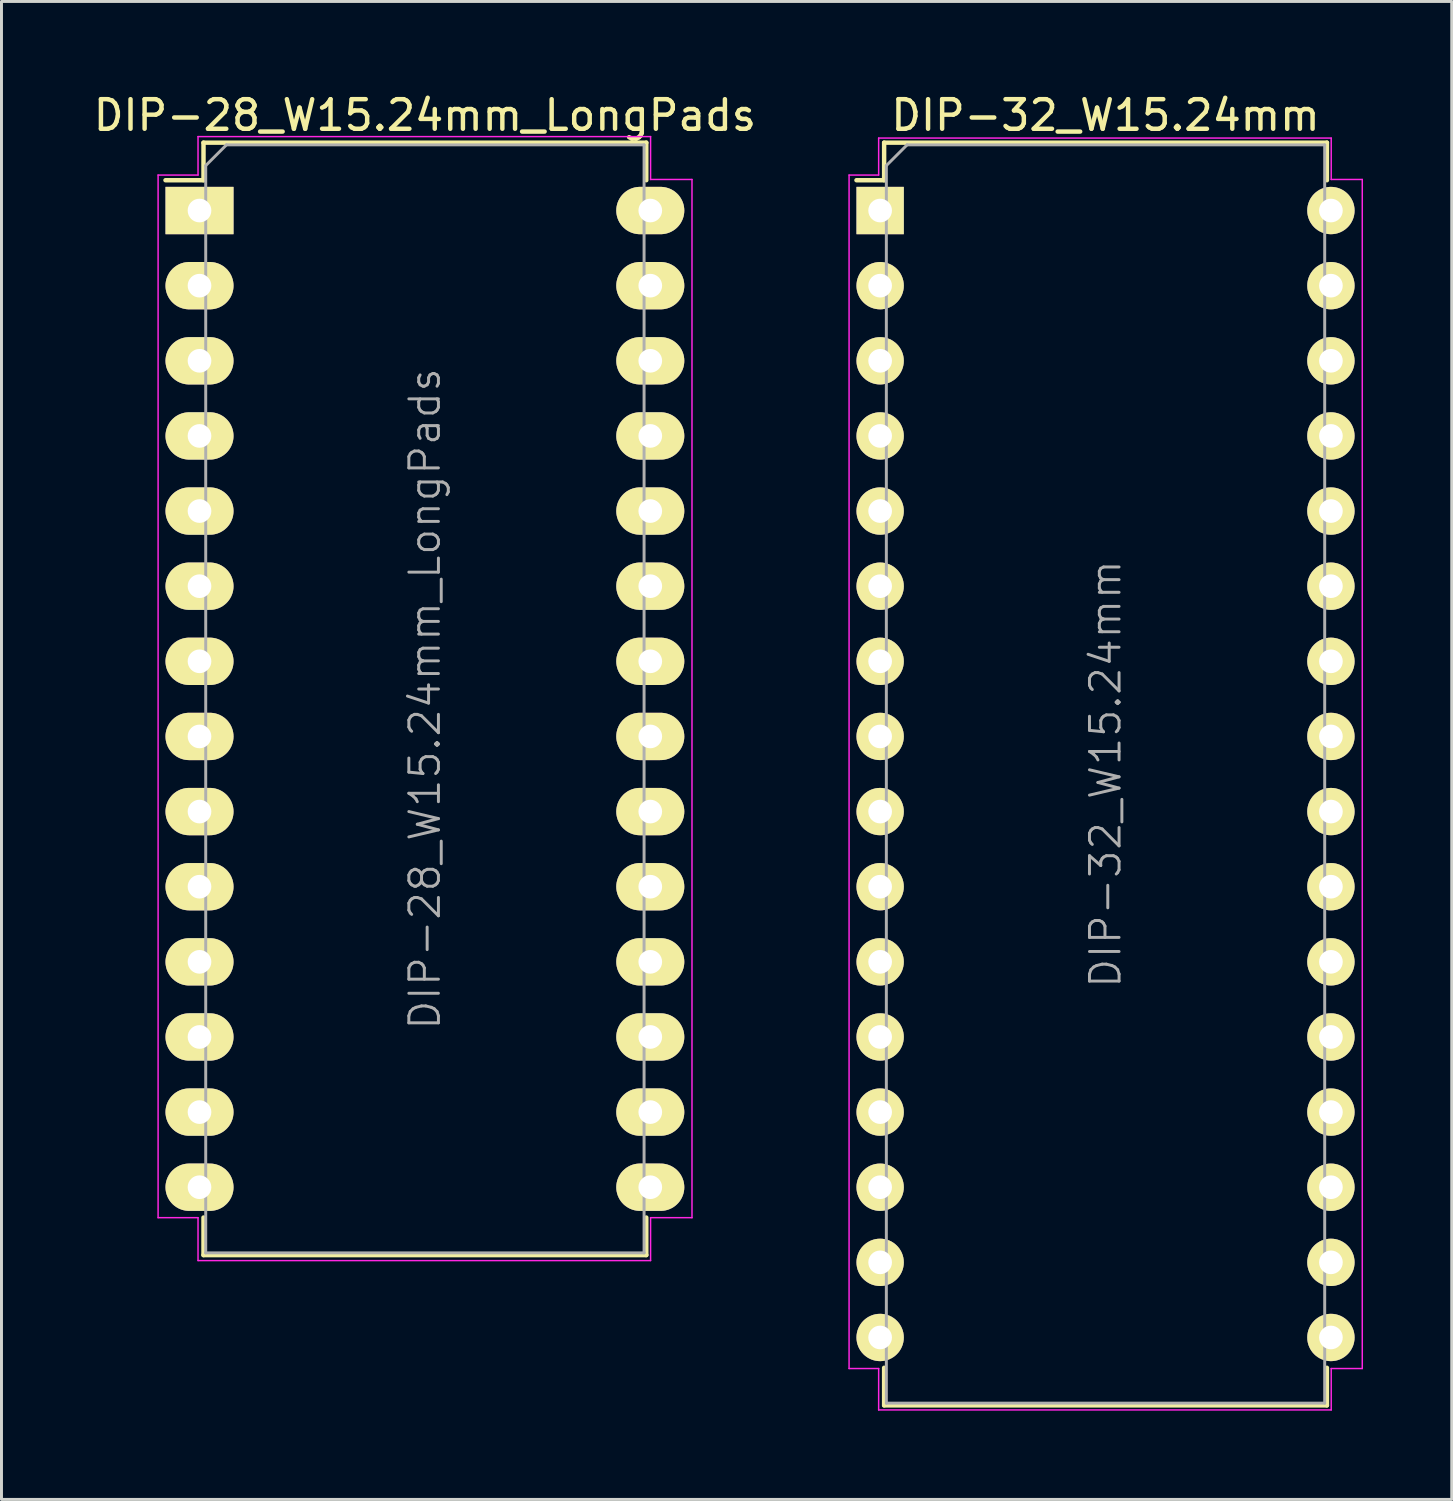
<source format=kicad_pcb>
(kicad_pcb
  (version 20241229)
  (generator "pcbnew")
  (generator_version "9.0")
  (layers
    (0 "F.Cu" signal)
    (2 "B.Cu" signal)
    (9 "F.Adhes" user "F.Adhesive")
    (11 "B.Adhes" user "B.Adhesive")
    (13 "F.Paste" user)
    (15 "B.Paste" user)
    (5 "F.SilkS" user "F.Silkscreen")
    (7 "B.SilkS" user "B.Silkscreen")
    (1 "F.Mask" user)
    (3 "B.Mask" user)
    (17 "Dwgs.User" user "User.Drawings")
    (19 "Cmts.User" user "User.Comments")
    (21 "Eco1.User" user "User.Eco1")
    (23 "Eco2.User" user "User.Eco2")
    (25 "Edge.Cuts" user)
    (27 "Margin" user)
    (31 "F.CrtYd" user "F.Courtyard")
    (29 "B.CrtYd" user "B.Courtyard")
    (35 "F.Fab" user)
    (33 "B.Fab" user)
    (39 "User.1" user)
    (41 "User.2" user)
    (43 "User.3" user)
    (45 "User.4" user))
  (footprint "DIP-32_W15.24mm"
    (layer "F.Cu")
    (at 26.706 4.068)
    (property "Reference" "DIP-32_W15.24mm" (at 7.62 -3.22 0) (layer "F.SilkS") (effects (font (size 1 1) (thickness 0.15))))
    (attr smd)
    (fp_line (start 0.135 -2.295) (end 0.135 -1.025) (stroke (width 0.15) (type solid)) (layer "F.SilkS"))
    (fp_line (start 0.135 -2.295) (end 15.105 -2.295) (stroke (width 0.15) (type solid)) (layer "F.SilkS"))
    (fp_line (start 0.135 -1.025) (end -0.8 -1.025) (stroke (width 0.15) (type solid)) (layer "F.SilkS"))
    (fp_line (start 0.135 40.395) (end 0.135 39.125) (stroke (width 0.15) (type solid)) (layer "F.SilkS"))
    (fp_line (start 0.135 40.395) (end 15.105 40.395) (stroke (width 0.15) (type solid)) (layer "F.SilkS"))
    (fp_line (start 15.105 -2.295) (end 15.105 -1.025) (stroke (width 0.15) (type solid)) (layer "F.SilkS"))
    (fp_line (start 15.105 40.395) (end 15.105 39.125) (stroke (width 0.15) (type solid)) (layer "F.SilkS"))
    (fp_line (start -1.05 -1.2) (end -1.05 39.15) (stroke (width 0.05) (type solid)) (layer "F.CrtYd"))
    (fp_line (start -1.05 -1.2) (end -0.05 -1.2) (stroke (width 0.05) (type solid)) (layer "F.CrtYd"))
    (fp_line (start -1.05 39.15) (end -0.05 39.15) (stroke (width 0.05) (type solid)) (layer "F.CrtYd"))
    (fp_line (start -0.05 -2.45) (end -0.05 -1.2) (stroke (width 0.05) (type solid)) (layer "F.CrtYd"))
    (fp_line (start -0.05 40.55) (end -0.05 39.15) (stroke (width 0.05) (type solid)) (layer "F.CrtYd"))
    (fp_line (start 15.25 -2.45) (end -0.05 -2.45) (stroke (width 0.05) (type solid)) (layer "F.CrtYd"))
    (fp_line (start 15.25 -2.45) (end 15.25 -1.05) (stroke (width 0.05) (type solid)) (layer "F.CrtYd"))
    (fp_line (start 15.25 40.55) (end -0.05 40.55) (stroke (width 0.05) (type solid)) (layer "F.CrtYd"))
    (fp_line (start 15.25 40.55) (end 15.25 39.15) (stroke (width 0.05) (type solid)) (layer "F.CrtYd"))
    (fp_line (start 16.3 -1.05) (end 15.25 -1.05) (stroke (width 0.05) (type solid)) (layer "F.CrtYd"))
    (fp_line (start 16.3 -1.05) (end 16.3 39.15) (stroke (width 0.05) (type solid)) (layer "F.CrtYd"))
    (fp_line (start 16.3 39.15) (end 15.25 39.15) (stroke (width 0.05) (type solid)) (layer "F.CrtYd"))
    (fp_line (start 0.21 -1.52) (end 0.91 -2.22) (stroke (width 0.1) (type solid)) (layer "F.Fab"))
    (fp_line (start 0.21 40.32) (end 0.21 -1.52) (stroke (width 0.1) (type solid)) (layer "F.Fab"))
    (fp_line (start 15.03 -2.22) (end 0.91 -2.22) (stroke (width 0.1) (type solid)) (layer "F.Fab"))
    (fp_line (start 15.03 40.32) (end 0.21 40.32) (stroke (width 0.1) (type solid)) (layer "F.Fab"))
    (fp_line (start 15.03 40.32) (end 15.03 -2.22) (stroke (width 0.1) (type solid)) (layer "F.Fab"))
    (fp_text user "${REFERENCE}" (at 7.62 19.05 90) (layer "F.Fab") (effects (font (size 1 1) (thickness 0.1))))
    (pad "1" thru_hole rect (at 0 0) (size 1.6 1.6) (drill 0.8) (layers "*.Cu" "*.Mask" "F.SilkS"))
    (pad "2" thru_hole oval (at 0 2.54) (size 1.6 1.6) (drill 0.8) (layers "*.Cu" "*.Mask" "F.SilkS"))
    (pad "3" thru_hole oval (at 0 5.08) (size 1.6 1.6) (drill 0.8) (layers "*.Cu" "*.Mask" "F.SilkS"))
    (pad "4" thru_hole oval (at 0 7.62) (size 1.6 1.6) (drill 0.8) (layers "*.Cu" "*.Mask" "F.SilkS"))
    (pad "5" thru_hole oval (at 0 10.16) (size 1.6 1.6) (drill 0.8) (layers "*.Cu" "*.Mask" "F.SilkS"))
    (pad "6" thru_hole oval (at 0 12.7) (size 1.6 1.6) (drill 0.8) (layers "*.Cu" "*.Mask" "F.SilkS"))
    (pad "7" thru_hole oval (at 0 15.24) (size 1.6 1.6) (drill 0.8) (layers "*.Cu" "*.Mask" "F.SilkS"))
    (pad "8" thru_hole oval (at 0 17.78) (size 1.6 1.6) (drill 0.8) (layers "*.Cu" "*.Mask" "F.SilkS"))
    (pad "9" thru_hole oval (at 0 20.32) (size 1.6 1.6) (drill 0.8) (layers "*.Cu" "*.Mask" "F.SilkS"))
    (pad "10" thru_hole oval (at 0 22.86) (size 1.6 1.6) (drill 0.8) (layers "*.Cu" "*.Mask" "F.SilkS"))
    (pad "11" thru_hole oval (at 0 25.4) (size 1.6 1.6) (drill 0.8) (layers "*.Cu" "*.Mask" "F.SilkS"))
    (pad "12" thru_hole oval (at 0 27.94) (size 1.6 1.6) (drill 0.8) (layers "*.Cu" "*.Mask" "F.SilkS"))
    (pad "13" thru_hole oval (at 0 30.48) (size 1.6 1.6) (drill 0.8) (layers "*.Cu" "*.Mask" "F.SilkS"))
    (pad "14" thru_hole oval (at 0 33.02) (size 1.6 1.6) (drill 0.8) (layers "*.Cu" "*.Mask" "F.SilkS"))
    (pad "15" thru_hole oval (at 0 35.56) (size 1.6 1.6) (drill 0.8) (layers "*.Cu" "*.Mask" "F.SilkS"))
    (pad "16" thru_hole oval (at 0 38.1) (size 1.6 1.6) (drill 0.8) (layers "*.Cu" "*.Mask" "F.SilkS"))
    (pad "17" thru_hole oval (at 15.24 38.1) (size 1.6 1.6) (drill 0.8) (layers "*.Cu" "*.Mask" "F.SilkS"))
    (pad "18" thru_hole oval (at 15.24 35.56) (size 1.6 1.6) (drill 0.8) (layers "*.Cu" "*.Mask" "F.SilkS"))
    (pad "19" thru_hole oval (at 15.24 33.02) (size 1.6 1.6) (drill 0.8) (layers "*.Cu" "*.Mask" "F.SilkS"))
    (pad "20" thru_hole oval (at 15.24 30.48) (size 1.6 1.6) (drill 0.8) (layers "*.Cu" "*.Mask" "F.SilkS"))
    (pad "21" thru_hole oval (at 15.24 27.94) (size 1.6 1.6) (drill 0.8) (layers "*.Cu" "*.Mask" "F.SilkS"))
    (pad "22" thru_hole oval (at 15.24 25.4) (size 1.6 1.6) (drill 0.8) (layers "*.Cu" "*.Mask" "F.SilkS"))
    (pad "23" thru_hole oval (at 15.24 22.86) (size 1.6 1.6) (drill 0.8) (layers "*.Cu" "*.Mask" "F.SilkS"))
    (pad "24" thru_hole oval (at 15.24 20.32) (size 1.6 1.6) (drill 0.8) (layers "*.Cu" "*.Mask" "F.SilkS"))
    (pad "25" thru_hole oval (at 15.24 17.78) (size 1.6 1.6) (drill 0.8) (layers "*.Cu" "*.Mask" "F.SilkS"))
    (pad "26" thru_hole oval (at 15.24 15.24) (size 1.6 1.6) (drill 0.8) (layers "*.Cu" "*.Mask" "F.SilkS"))
    (pad "27" thru_hole oval (at 15.24 12.7) (size 1.6 1.6) (drill 0.8) (layers "*.Cu" "*.Mask" "F.SilkS"))
    (pad "28" thru_hole oval (at 15.24 10.16) (size 1.6 1.6) (drill 0.8) (layers "*.Cu" "*.Mask" "F.SilkS"))
    (pad "29" thru_hole oval (at 15.24 7.62) (size 1.6 1.6) (drill 0.8) (layers "*.Cu" "*.Mask" "F.SilkS"))
    (pad "30" thru_hole oval (at 15.24 5.08) (size 1.6 1.6) (drill 0.8) (layers "*.Cu" "*.Mask" "F.SilkS"))
    (pad "31" thru_hole oval (at 15.24 2.54) (size 1.6 1.6) (drill 0.8) (layers "*.Cu" "*.Mask" "F.SilkS"))
    (pad "32" thru_hole oval (at 15.24 0) (size 1.6 1.6) (drill 0.8) (layers "*.Cu" "*.Mask" "F.SilkS")))
  (footprint "DIP-28_W15.24mm_LongPads"
    (layer "F.Cu")
    (at 3.695 4.068)
    (property "Reference" "DIP-28_W15.24mm_LongPads" (at 7.62 -3.22 0) (layer "F.SilkS") (effects (font (size 1 1) (thickness 0.15))))
    (attr smd)
    (fp_line (start 0.135 -2.295) (end 0.135 -1.025) (stroke (width 0.15) (type solid)) (layer "F.SilkS"))
    (fp_line (start 0.135 -2.295) (end 15.105 -2.295) (stroke (width 0.15) (type solid)) (layer "F.SilkS"))
    (fp_line (start 0.135 -1.025) (end -1.15 -1.025) (stroke (width 0.15) (type solid)) (layer "F.SilkS"))
    (fp_line (start 0.135 35.315) (end 0.135 34.045) (stroke (width 0.15) (type solid)) (layer "F.SilkS"))
    (fp_line (start 0.135 35.315) (end 15.105 35.315) (stroke (width 0.15) (type solid)) (layer "F.SilkS"))
    (fp_line (start 15.105 -2.295) (end 15.105 -1.025) (stroke (width 0.15) (type solid)) (layer "F.SilkS"))
    (fp_line (start 15.105 35.315) (end 15.105 34.045) (stroke (width 0.15) (type solid)) (layer "F.SilkS"))
    (fp_line (start -1.4 -1.2) (end -1.4 34.05) (stroke (width 0.05) (type solid)) (layer "F.CrtYd"))
    (fp_line (start -1.4 -1.2) (end -0.05 -1.2) (stroke (width 0.05) (type solid)) (layer "F.CrtYd"))
    (fp_line (start -1.4 34.05) (end -0.05 34.05) (stroke (width 0.05) (type solid)) (layer "F.CrtYd"))
    (fp_line (start -0.05 -2.5) (end -0.05 -1.2) (stroke (width 0.05) (type solid)) (layer "F.CrtYd"))
    (fp_line (start -0.05 35.5) (end -0.05 34.05) (stroke (width 0.05) (type solid)) (layer "F.CrtYd"))
    (fp_line (start 15.25 -2.5) (end -0.05 -2.5) (stroke (width 0.05) (type solid)) (layer "F.CrtYd"))
    (fp_line (start 15.25 -2.5) (end 15.25 -1.05) (stroke (width 0.05) (type solid)) (layer "F.CrtYd"))
    (fp_line (start 15.25 35.5) (end -0.05 35.5) (stroke (width 0.05) (type solid)) (layer "F.CrtYd"))
    (fp_line (start 15.25 35.5) (end 15.25 34.05) (stroke (width 0.05) (type solid)) (layer "F.CrtYd"))
    (fp_line (start 16.65 -1.05) (end 15.25 -1.05) (stroke (width 0.05) (type solid)) (layer "F.CrtYd"))
    (fp_line (start 16.65 -1.05) (end 16.65 34.05) (stroke (width 0.05) (type solid)) (layer "F.CrtYd"))
    (fp_line (start 16.65 34.05) (end 15.25 34.05) (stroke (width 0.05) (type solid)) (layer "F.CrtYd"))
    (fp_line (start 0.21 -1.52) (end 0.91 -2.22) (stroke (width 0.1) (type solid)) (layer "F.Fab"))
    (fp_line (start 0.21 35.24) (end 0.21 -1.52) (stroke (width 0.1) (type solid)) (layer "F.Fab"))
    (fp_line (start 15.03 -2.22) (end 0.91 -2.22) (stroke (width 0.1) (type solid)) (layer "F.Fab"))
    (fp_line (start 15.03 35.24) (end 0.21 35.24) (stroke (width 0.1) (type solid)) (layer "F.Fab"))
    (fp_line (start 15.03 35.24) (end 15.03 -2.22) (stroke (width 0.1) (type solid)) (layer "F.Fab"))
    (fp_text user "${REFERENCE}" (at 7.62 16.51 90) (layer "F.Fab") (effects (font (size 1 1) (thickness 0.1))))
    (pad "1" thru_hole rect (at 0 0) (size 2.3 1.6) (drill 0.8) (layers "*.Cu" "*.Mask" "F.SilkS"))
    (pad "2" thru_hole oval (at 0 2.54) (size 2.3 1.6) (drill 0.8) (layers "*.Cu" "*.Mask" "F.SilkS"))
    (pad "3" thru_hole oval (at 0 5.08) (size 2.3 1.6) (drill 0.8) (layers "*.Cu" "*.Mask" "F.SilkS"))
    (pad "4" thru_hole oval (at 0 7.62) (size 2.3 1.6) (drill 0.8) (layers "*.Cu" "*.Mask" "F.SilkS"))
    (pad "5" thru_hole oval (at 0 10.16) (size 2.3 1.6) (drill 0.8) (layers "*.Cu" "*.Mask" "F.SilkS"))
    (pad "6" thru_hole oval (at 0 12.7) (size 2.3 1.6) (drill 0.8) (layers "*.Cu" "*.Mask" "F.SilkS"))
    (pad "7" thru_hole oval (at 0 15.24) (size 2.3 1.6) (drill 0.8) (layers "*.Cu" "*.Mask" "F.SilkS"))
    (pad "8" thru_hole oval (at 0 17.78) (size 2.3 1.6) (drill 0.8) (layers "*.Cu" "*.Mask" "F.SilkS"))
    (pad "9" thru_hole oval (at 0 20.32) (size 2.3 1.6) (drill 0.8) (layers "*.Cu" "*.Mask" "F.SilkS"))
    (pad "10" thru_hole oval (at 0 22.86) (size 2.3 1.6) (drill 0.8) (layers "*.Cu" "*.Mask" "F.SilkS"))
    (pad "11" thru_hole oval (at 0 25.4) (size 2.3 1.6) (drill 0.8) (layers "*.Cu" "*.Mask" "F.SilkS"))
    (pad "12" thru_hole oval (at 0 27.94) (size 2.3 1.6) (drill 0.8) (layers "*.Cu" "*.Mask" "F.SilkS"))
    (pad "13" thru_hole oval (at 0 30.48) (size 2.3 1.6) (drill 0.8) (layers "*.Cu" "*.Mask" "F.SilkS"))
    (pad "14" thru_hole oval (at 0 33.02) (size 2.3 1.6) (drill 0.8) (layers "*.Cu" "*.Mask" "F.SilkS"))
    (pad "15" thru_hole oval (at 15.24 33.02) (size 2.3 1.6) (drill 0.8) (layers "*.Cu" "*.Mask" "F.SilkS"))
    (pad "16" thru_hole oval (at 15.24 30.48) (size 2.3 1.6) (drill 0.8) (layers "*.Cu" "*.Mask" "F.SilkS"))
    (pad "17" thru_hole oval (at 15.24 27.94) (size 2.3 1.6) (drill 0.8) (layers "*.Cu" "*.Mask" "F.SilkS"))
    (pad "18" thru_hole oval (at 15.24 25.4) (size 2.3 1.6) (drill 0.8) (layers "*.Cu" "*.Mask" "F.SilkS"))
    (pad "19" thru_hole oval (at 15.24 22.86) (size 2.3 1.6) (drill 0.8) (layers "*.Cu" "*.Mask" "F.SilkS"))
    (pad "20" thru_hole oval (at 15.24 20.32) (size 2.3 1.6) (drill 0.8) (layers "*.Cu" "*.Mask" "F.SilkS"))
    (pad "21" thru_hole oval (at 15.24 17.78) (size 2.3 1.6) (drill 0.8) (layers "*.Cu" "*.Mask" "F.SilkS"))
    (pad "22" thru_hole oval (at 15.24 15.24) (size 2.3 1.6) (drill 0.8) (layers "*.Cu" "*.Mask" "F.SilkS"))
    (pad "23" thru_hole oval (at 15.24 12.7) (size 2.3 1.6) (drill 0.8) (layers "*.Cu" "*.Mask" "F.SilkS"))
    (pad "24" thru_hole oval (at 15.24 10.16) (size 2.3 1.6) (drill 0.8) (layers "*.Cu" "*.Mask" "F.SilkS"))
    (pad "25" thru_hole oval (at 15.24 7.62) (size 2.3 1.6) (drill 0.8) (layers "*.Cu" "*.Mask" "F.SilkS"))
    (pad "26" thru_hole oval (at 15.24 5.08) (size 2.3 1.6) (drill 0.8) (layers "*.Cu" "*.Mask" "F.SilkS"))
    (pad "27" thru_hole oval (at 15.24 2.54) (size 2.3 1.6) (drill 0.8) (layers "*.Cu" "*.Mask" "F.SilkS"))
    (pad "28" thru_hole oval (at 15.24 0) (size 2.3 1.6) (drill 0.8) (layers "*.Cu" "*.Mask" "F.SilkS")))
  (gr_rect
    (start -3 -3)
    (end 46.031 47.643)
    (stroke (width 0.1) (type default))
    (fill no)
    (layer "Edge.Cuts")))
</source>
